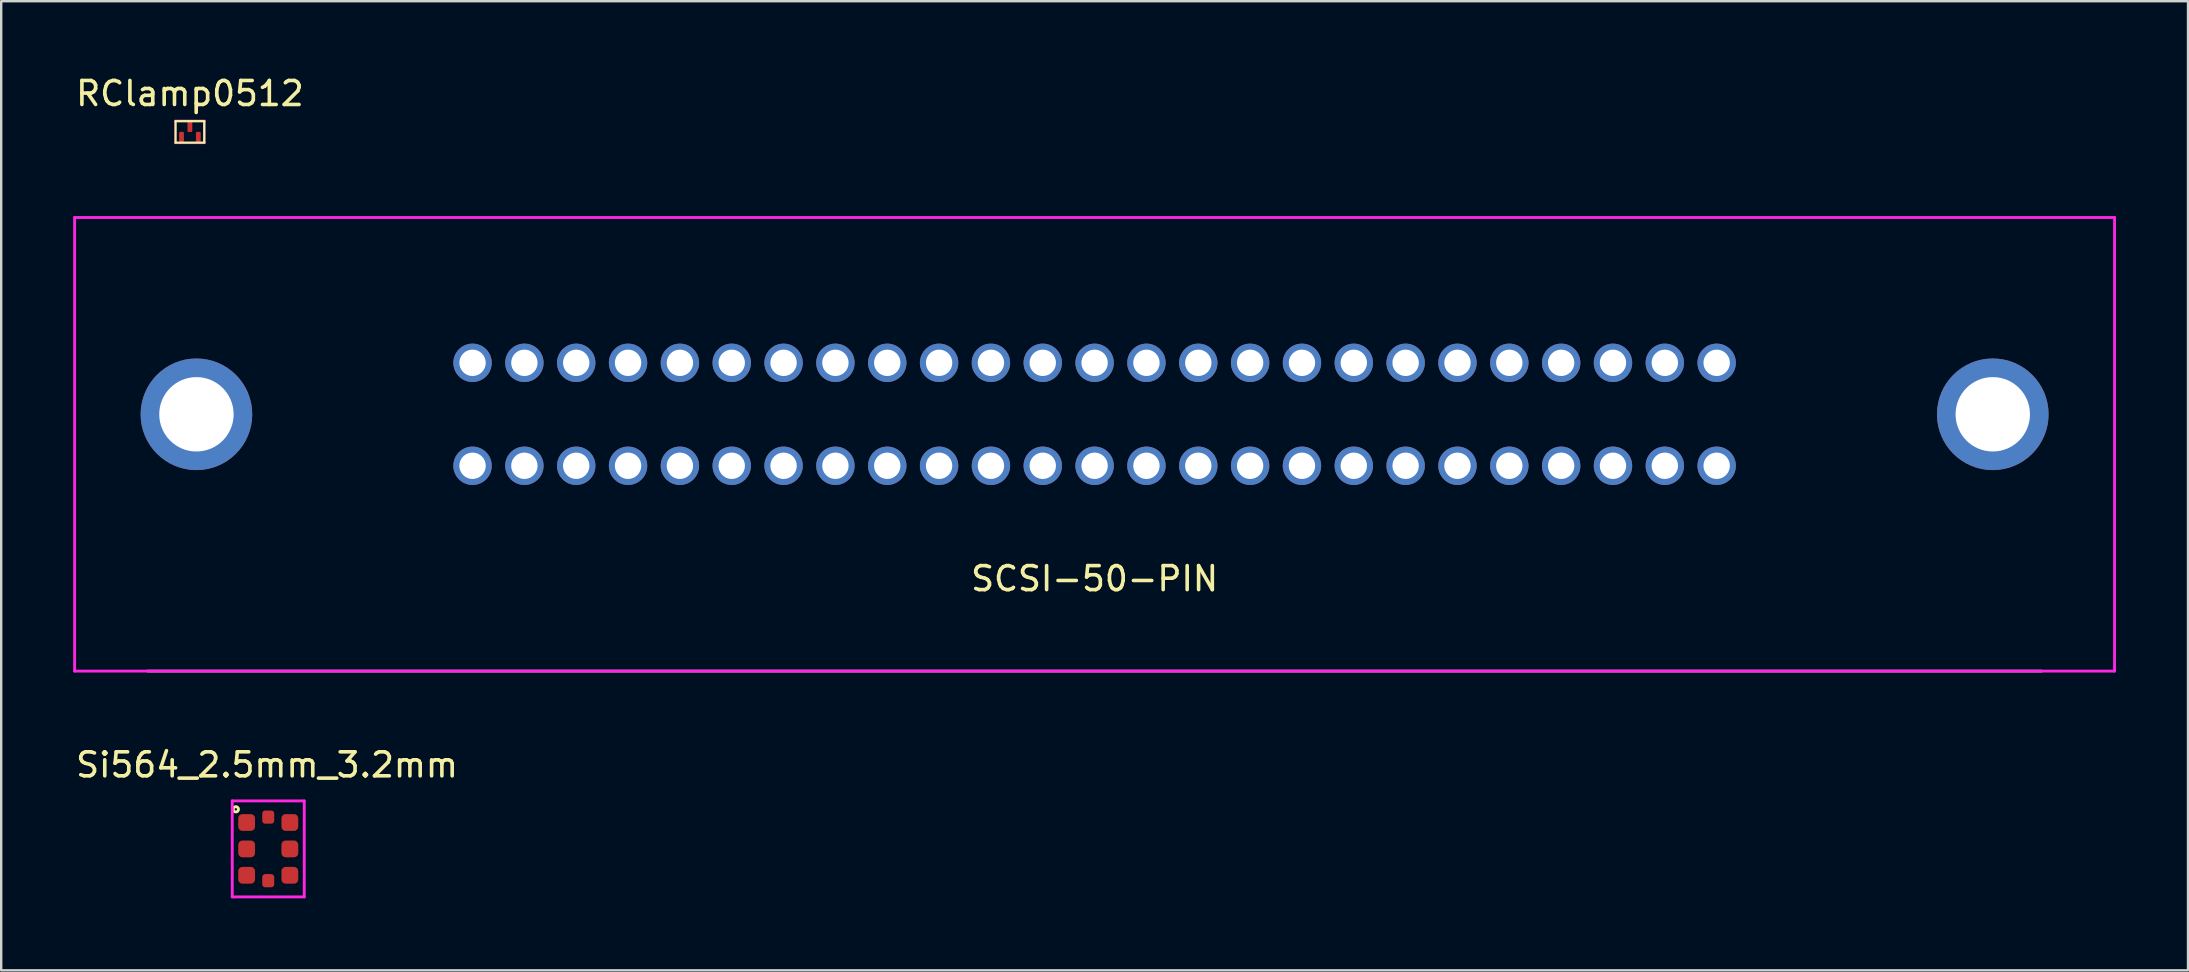
<source format=kicad_pcb>
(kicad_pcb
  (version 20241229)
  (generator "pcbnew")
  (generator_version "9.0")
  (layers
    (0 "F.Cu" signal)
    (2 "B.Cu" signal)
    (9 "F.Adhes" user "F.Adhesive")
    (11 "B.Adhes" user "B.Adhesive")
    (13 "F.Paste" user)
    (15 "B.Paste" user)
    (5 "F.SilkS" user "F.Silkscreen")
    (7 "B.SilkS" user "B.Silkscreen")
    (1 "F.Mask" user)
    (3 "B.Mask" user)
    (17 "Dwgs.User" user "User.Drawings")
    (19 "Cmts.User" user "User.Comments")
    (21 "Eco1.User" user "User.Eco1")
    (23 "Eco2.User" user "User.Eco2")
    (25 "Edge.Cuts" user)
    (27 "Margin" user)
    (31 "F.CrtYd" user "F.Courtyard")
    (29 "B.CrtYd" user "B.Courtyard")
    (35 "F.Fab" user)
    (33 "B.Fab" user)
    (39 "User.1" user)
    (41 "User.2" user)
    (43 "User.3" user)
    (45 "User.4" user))
  (footprint "RClamp0512"
    (layer "F.Cu")
    (at 4.863 2.448)
    (property "Reference" "RClamp0512" (at 0 -1.6 0) (layer "F.SilkS") (effects (font (size 1 1) (thickness 0.15))))
    (attr through_hole)
    (fp_line (start -0.6 -0.45) (end 0.6 -0.45) (stroke (width 0.1) (type solid)) (layer "F.SilkS"))
    (fp_line (start -0.6 0.45) (end -0.6 -0.45) (stroke (width 0.1) (type solid)) (layer "F.SilkS"))
    (fp_line (start 0.6 -0.45) (end 0.6 0.45) (stroke (width 0.1) (type solid)) (layer "F.SilkS"))
    (fp_line (start 0.6 0.45) (end -0.6 0.45) (stroke (width 0.1) (type solid)) (layer "F.SilkS"))
    (fp_line (start -0.65 -0.5) (end -0.65 0.5) (stroke (width 0.01) (type solid)) (layer "F.CrtYd"))
    (fp_line (start -0.65 0.5) (end 0.65 0.5) (stroke (width 0.01) (type solid)) (layer "F.CrtYd"))
    (fp_line (start 0.65 -0.5) (end -0.65 -0.5) (stroke (width 0.01) (type solid)) (layer "F.CrtYd"))
    (fp_line (start 0.65 0.5) (end 0.65 -0.5) (stroke (width 0.01) (type solid)) (layer "F.CrtYd"))
    (pad "1" smd roundrect (at -0.35 0.21) (size 0.2 0.43) (layers "F.Cu" "F.Mask" "F.Paste") (roundrect_rratio 0.25))
    (pad "2" smd roundrect (at 0.35 0.21) (size 0.2 0.43) (layers "F.Cu" "F.Mask" "F.Paste") (roundrect_rratio 0.25))
    (pad "GND" smd roundrect (at 0 -0.21) (size 0.2 0.43) (layers "F.Cu" "F.Mask" "F.Paste") (roundrect_rratio 0.25)))
  (footprint "Si564_2.5mm_3.2mm"
    (layer "F.Cu")
    (at 8.127 32.322)
    (property "Reference" "Si564_2.5mm_3.2mm" (at -0.05 -3.5 0) (layer "F.SilkS") (effects (font (size 1 1) (thickness 0.15))))
    (attr through_hole)
    (fp_circle (center -1.35 -1.65) (end -1.35 -1.7) (stroke (width 0.12) (type solid)) (fill no) (layer "F.SilkS"))
    (fp_line (start -1.5 -2) (end -1.5 2) (stroke (width 0.12) (type solid)) (layer "F.CrtYd"))
    (fp_line (start -1.5 2) (end 1.5 2) (stroke (width 0.12) (type solid)) (layer "F.CrtYd"))
    (fp_line (start 1.5 -2) (end -1.5 -2) (stroke (width 0.12) (type solid)) (layer "F.CrtYd"))
    (fp_line (start 1.5 2) (end 1.5 -2) (stroke (width 0.12) (type solid)) (layer "F.CrtYd"))
    (pad "1" smd roundrect (at -0.9 -1.1 180) (size 0.7 0.7) (layers "F.Cu" "F.Mask" "F.Paste") (roundrect_rratio 0.25))
    (pad "2" smd roundrect (at -0.9 0 180) (size 0.7 0.7) (layers "F.Cu" "F.Mask" "F.Paste") (roundrect_rratio 0.25))
    (pad "3" smd roundrect (at -0.9 1.1 180) (size 0.7 0.7) (layers "F.Cu" "F.Mask" "F.Paste") (roundrect_rratio 0.25))
    (pad "4" smd roundrect (at 0.9 1.1 180) (size 0.7 0.7) (layers "F.Cu" "F.Mask" "F.Paste") (roundrect_rratio 0.25))
    (pad "5" smd roundrect (at 0.9 0 180) (size 0.7 0.7) (layers "F.Cu" "F.Mask" "F.Paste") (roundrect_rratio 0.25))
    (pad "6" smd roundrect (at 0.9 -1.1 180) (size 0.7 0.7) (layers "F.Cu" "F.Mask" "F.Paste") (roundrect_rratio 0.25))
    (pad "7" smd roundrect (at 0 -1.325 270) (size 0.55 0.5) (layers "F.Cu" "F.Mask" "F.Paste") (roundrect_rratio 0.25))
    (pad "8" smd roundrect (at 0 1.325 270) (size 0.55 0.5) (layers "F.Cu" "F.Mask" "F.Paste") (roundrect_rratio 0.25)))
  (footprint "SCSI-50-PIN"
    (layer "F.Cu")
    (at 42.56 14.213)
    (property "Reference" "SCSI-50-PIN" (at 0 6.85 180) (layer "F.SilkS") (effects (font (size 1 1) (thickness 0.15))))
    (fp_line (start -42.5 -8.2) (end 42.5 -8.2) (stroke (width 0.12) (type solid)) (layer "F.CrtYd"))
    (fp_line (start -42.5 10.7) (end -42.5 -8.2) (stroke (width 0.12) (type solid)) (layer "F.CrtYd"))
    (fp_line (start 42.5 -8.2) (end 42.5 10.7) (stroke (width 0.12) (type solid)) (layer "F.CrtYd"))
    (fp_line (start 42.5 10.7) (end -42.5 10.7) (stroke (width 0.12) (type solid)) (layer "F.CrtYd"))
    (fp_line (start -39.45 10.7) (end 39.45 10.7) (stroke (width 0.12) (type solid)) (layer "F.Fab"))
    (pad "1" thru_hole circle (at -25.92 -2.145) (size 1.6 1.6) (drill 1.1) (layers "*.Cu" "*.Mask"))
    (pad "2" thru_hole circle (at -23.76 -2.145) (size 1.6 1.6) (drill 1.1) (layers "*.Cu" "*.Mask"))
    (pad "3" thru_hole circle (at -21.6 -2.145) (size 1.6 1.6) (drill 1.1) (layers "*.Cu" "*.Mask"))
    (pad "4" thru_hole circle (at -19.44 -2.145) (size 1.6 1.6) (drill 1.1) (layers "*.Cu" "*.Mask"))
    (pad "5" thru_hole circle (at -17.28 -2.145) (size 1.6 1.6) (drill 1.1) (layers "*.Cu" "*.Mask"))
    (pad "6" thru_hole circle (at -15.12 -2.145) (size 1.6 1.6) (drill 1.1) (layers "*.Cu" "*.Mask"))
    (pad "7" thru_hole circle (at -12.96 -2.145) (size 1.6 1.6) (drill 1.1) (layers "*.Cu" "*.Mask"))
    (pad "8" thru_hole circle (at -10.8 -2.145) (size 1.6 1.6) (drill 1.1) (layers "*.Cu" "*.Mask"))
    (pad "9" thru_hole circle (at -8.64 -2.145) (size 1.6 1.6) (drill 1.1) (layers "*.Cu" "*.Mask"))
    (pad "10" thru_hole circle (at -6.48 -2.145) (size 1.6 1.6) (drill 1.1) (layers "*.Cu" "*.Mask"))
    (pad "11" thru_hole circle (at -4.32 -2.145) (size 1.6 1.6) (drill 1.1) (layers "*.Cu" "*.Mask"))
    (pad "12" thru_hole circle (at -2.16 -2.145) (size 1.6 1.6) (drill 1.1) (layers "*.Cu" "*.Mask"))
    (pad "13" thru_hole circle (at 0 -2.145) (size 1.6 1.6) (drill 1.1) (layers "*.Cu" "*.Mask"))
    (pad "14" thru_hole circle (at 2.16 -2.145) (size 1.6 1.6) (drill 1.1) (layers "*.Cu" "*.Mask"))
    (pad "15" thru_hole circle (at 4.32 -2.145) (size 1.6 1.6) (drill 1.1) (layers "*.Cu" "*.Mask"))
    (pad "16" thru_hole circle (at 6.48 -2.145) (size 1.6 1.6) (drill 1.1) (layers "*.Cu" "*.Mask"))
    (pad "17" thru_hole circle (at 8.64 -2.145) (size 1.6 1.6) (drill 1.1) (layers "*.Cu" "*.Mask"))
    (pad "18" thru_hole circle (at 10.8 -2.145) (size 1.6 1.6) (drill 1.1) (layers "*.Cu" "*.Mask"))
    (pad "19" thru_hole circle (at 12.96 -2.145) (size 1.6 1.6) (drill 1.1) (layers "*.Cu" "*.Mask"))
    (pad "20" thru_hole circle (at 15.12 -2.145) (size 1.6 1.6) (drill 1.1) (layers "*.Cu" "*.Mask"))
    (pad "21" thru_hole circle (at 17.28 -2.145) (size 1.6 1.6) (drill 1.1) (layers "*.Cu" "*.Mask"))
    (pad "22" thru_hole circle (at 19.44 -2.145) (size 1.6 1.6) (drill 1.1) (layers "*.Cu" "*.Mask"))
    (pad "23" thru_hole circle (at 21.6 -2.145) (size 1.6 1.6) (drill 1.1) (layers "*.Cu" "*.Mask"))
    (pad "24" thru_hole circle (at 23.76 -2.145) (size 1.6 1.6) (drill 1.1) (layers "*.Cu" "*.Mask"))
    (pad "25" thru_hole circle (at 25.92 -2.145) (size 1.6 1.6) (drill 1.1) (layers "*.Cu" "*.Mask"))
    (pad "26" thru_hole circle (at -25.92 2.145) (size 1.6 1.6) (drill 1.1) (layers "*.Cu" "*.Mask"))
    (pad "27" thru_hole circle (at -23.76 2.145) (size 1.6 1.6) (drill 1.1) (layers "*.Cu" "*.Mask"))
    (pad "28" thru_hole circle (at -21.6 2.145) (size 1.6 1.6) (drill 1.1) (layers "*.Cu" "*.Mask"))
    (pad "29" thru_hole circle (at -19.44 2.145) (size 1.6 1.6) (drill 1.1) (layers "*.Cu" "*.Mask"))
    (pad "30" thru_hole circle (at -17.28 2.145) (size 1.6 1.6) (drill 1.1) (layers "*.Cu" "*.Mask"))
    (pad "31" thru_hole circle (at -15.12 2.145) (size 1.6 1.6) (drill 1.1) (layers "*.Cu" "*.Mask"))
    (pad "32" thru_hole circle (at -12.96 2.145) (size 1.6 1.6) (drill 1.1) (layers "*.Cu" "*.Mask"))
    (pad "33" thru_hole circle (at -10.8 2.145) (size 1.6 1.6) (drill 1.1) (layers "*.Cu" "*.Mask"))
    (pad "34" thru_hole circle (at -8.64 2.145) (size 1.6 1.6) (drill 1.1) (layers "*.Cu" "*.Mask"))
    (pad "35" thru_hole circle (at -6.48 2.145) (size 1.6 1.6) (drill 1.1) (layers "*.Cu" "*.Mask"))
    (pad "36" thru_hole circle (at -4.32 2.145) (size 1.6 1.6) (drill 1.1) (layers "*.Cu" "*.Mask"))
    (pad "37" thru_hole circle (at -2.16 2.145) (size 1.6 1.6) (drill 1.1) (layers "*.Cu" "*.Mask"))
    (pad "38" thru_hole circle (at 0 2.145) (size 1.6 1.6) (drill 1.1) (layers "*.Cu" "*.Mask"))
    (pad "39" thru_hole circle (at 2.16 2.145) (size 1.6 1.6) (drill 1.1) (layers "*.Cu" "*.Mask"))
    (pad "40" thru_hole circle (at 4.32 2.145) (size 1.6 1.6) (drill 1.1) (layers "*.Cu" "*.Mask"))
    (pad "41" thru_hole circle (at 6.48 2.145) (size 1.6 1.6) (drill 1.1) (layers "*.Cu" "*.Mask"))
    (pad "42" thru_hole circle (at 8.64 2.145) (size 1.6 1.6) (drill 1.1) (layers "*.Cu" "*.Mask"))
    (pad "43" thru_hole circle (at 10.8 2.145) (size 1.6 1.6) (drill 1.1) (layers "*.Cu" "*.Mask"))
    (pad "44" thru_hole circle (at 12.96 2.145) (size 1.6 1.6) (drill 1.1) (layers "*.Cu" "*.Mask"))
    (pad "45" thru_hole circle (at 15.12 2.145) (size 1.6 1.6) (drill 1.1) (layers "*.Cu" "*.Mask"))
    (pad "46" thru_hole circle (at 17.28 2.145) (size 1.6 1.6) (drill 1.1) (layers "*.Cu" "*.Mask"))
    (pad "47" thru_hole circle (at 19.44 2.145) (size 1.6 1.6) (drill 1.1) (layers "*.Cu" "*.Mask"))
    (pad "48" thru_hole circle (at 21.6 2.145) (size 1.6 1.6) (drill 1.1) (layers "*.Cu" "*.Mask"))
    (pad "49" thru_hole circle (at 23.76 2.145) (size 1.6 1.6) (drill 1.1) (layers "*.Cu" "*.Mask"))
    (pad "50" thru_hole circle (at 25.92 2.145) (size 1.6 1.6) (drill 1.1) (layers "*.Cu" "*.Mask"))
    (pad "51" thru_hole circle (at 37.425 0) (size 4.65 4.65) (drill 3.1) (layers "*.Cu" "*.Mask"))
    (pad "52" thru_hole circle (at -37.425 0) (size 4.65 4.65) (drill 3.1) (layers "*.Cu" "*.Mask")))
  (gr_rect
    (start -3 -3)
    (end 88.12 37.382)
    (stroke (width 0.1) (type default))
    (fill no)
    (layer "Edge.Cuts")))
</source>
